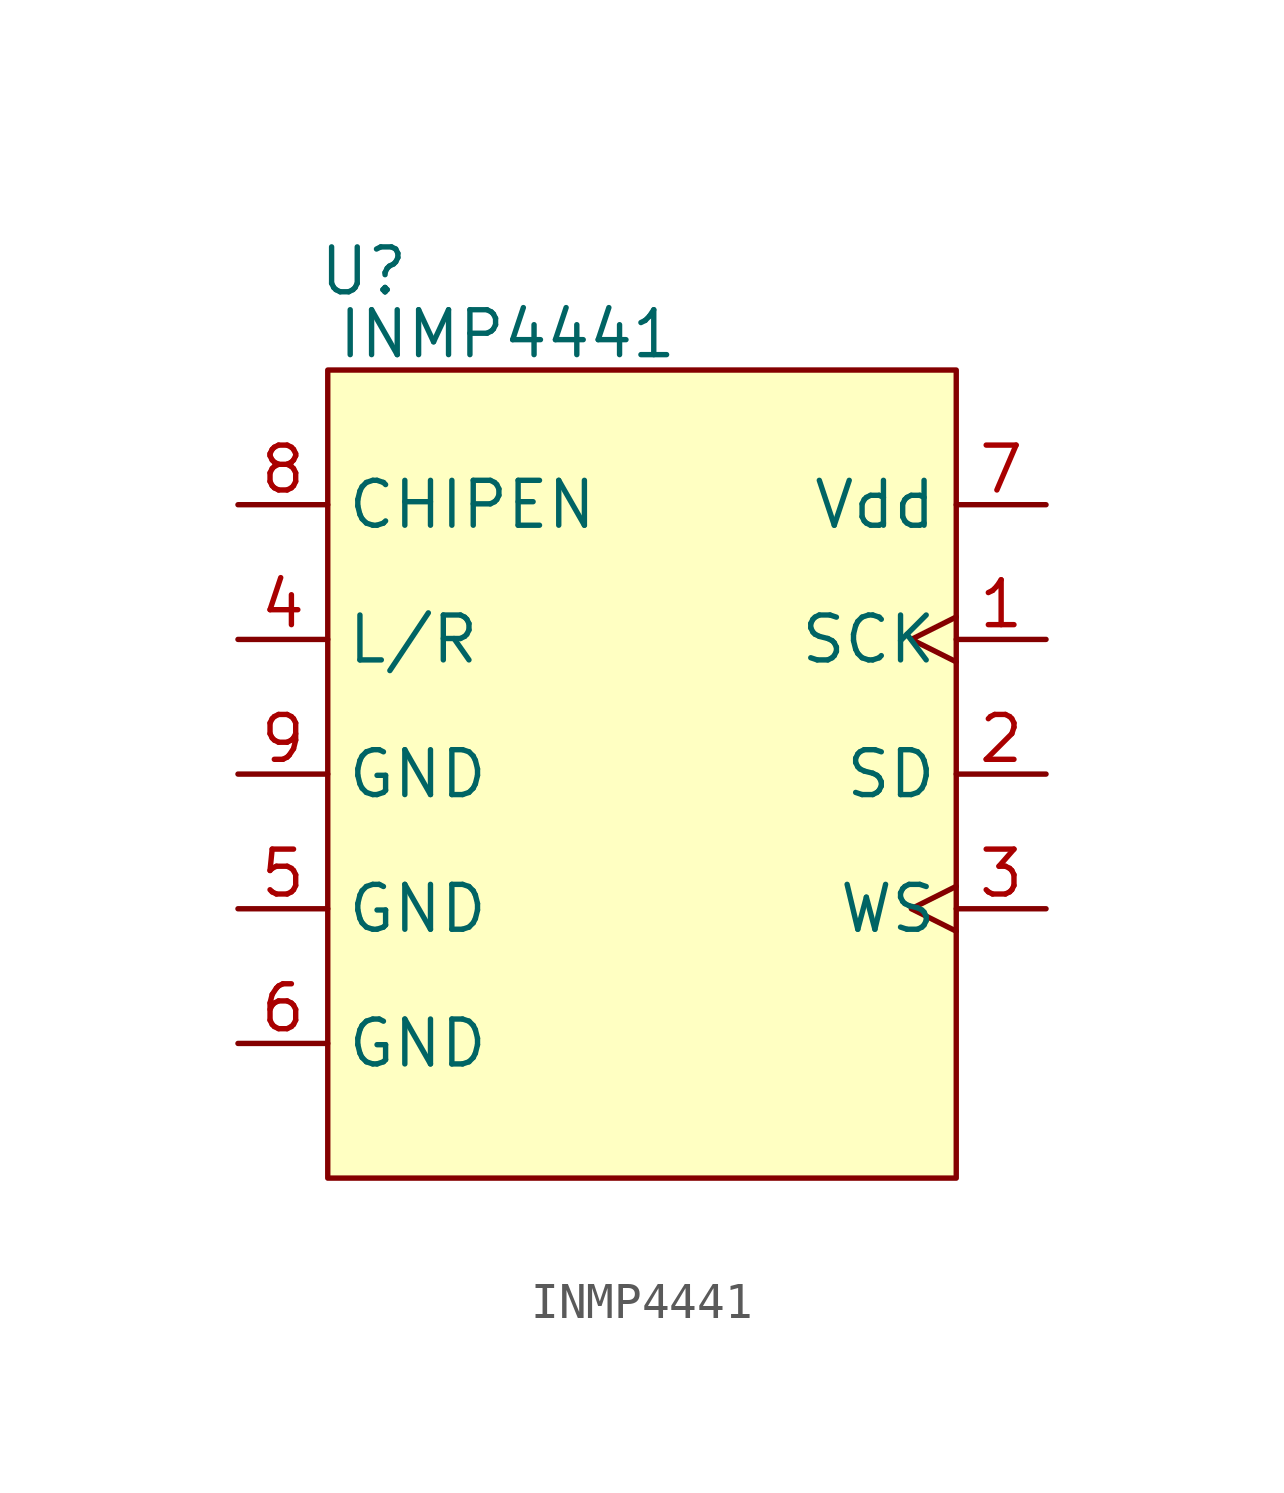
<source format=kicad_sym>
(kicad_symbol_lib
  (version 20231120)
  (generator "kicad_symbol_editor")
  (generator_version "8.0")
  (symbol "INMP4441"
    (property "Reference" "U"
      (at -7.874 14.224 0)
      (effects (font (size 1.27 1.27))))
    (property "Value" "INMP4441"
      (at -3.81 12.446 0)
      (effects (font (size 1.27 1.27))))
    (symbol "INMP4441_1_1"
      (rectangle (start -8.89 11.43) (end 8.89 -11.43) (stroke (width 0) (type default)) (fill (type background)))
      (pin input clock (at 11.43 3.81 180) (length 2.54) (name "SCK" (effects (font (size 1.27 1.27)))) (number "1" (effects (font (size 1.27 1.27)))))
      (pin input line (at 11.43 0 180) (length 2.54) (name "SD" (effects (font (size 1.27 1.27)))) (number "2" (effects (font (size 1.27 1.27)))))
      (pin input clock (at 11.43 -3.81 180) (length 2.54) (name "WS" (effects (font (size 1.27 1.27)))) (number "3" (effects (font (size 1.27 1.27)))))
      (pin input line (at -11.43 3.81 0) (length 2.54) (name "L/R" (effects (font (size 1.27 1.27)))) (number "4" (effects (font (size 1.27 1.27)))))
      (pin power_in line (at -11.43 -3.81 0) (length 2.54) (name "GND" (effects (font (size 1.27 1.27)))) (number "5" (effects (font (size 1.27 1.27)))))
      (pin power_in line (at -11.43 -7.62 0) (length 2.54) (name "GND" (effects (font (size 1.27 1.27)))) (number "6" (effects (font (size 1.27 1.27)))))
      (pin power_in line (at 11.43 7.62 180) (length 2.54) (name "Vdd" (effects (font (size 1.27 1.27)))) (number "7" (effects (font (size 1.27 1.27)))))
      (pin input line (at -11.43 7.62 0) (length 2.54) (name "CHIPEN" (effects (font (size 1.27 1.27)))) (number "8" (effects (font (size 1.27 1.27)))))
      (pin power_in line (at -11.43 0 0) (length 2.54) (name "GND" (effects (font (size 1.27 1.27)))) (number "9" (effects (font (size 1.27 1.27))))))))
</source>
